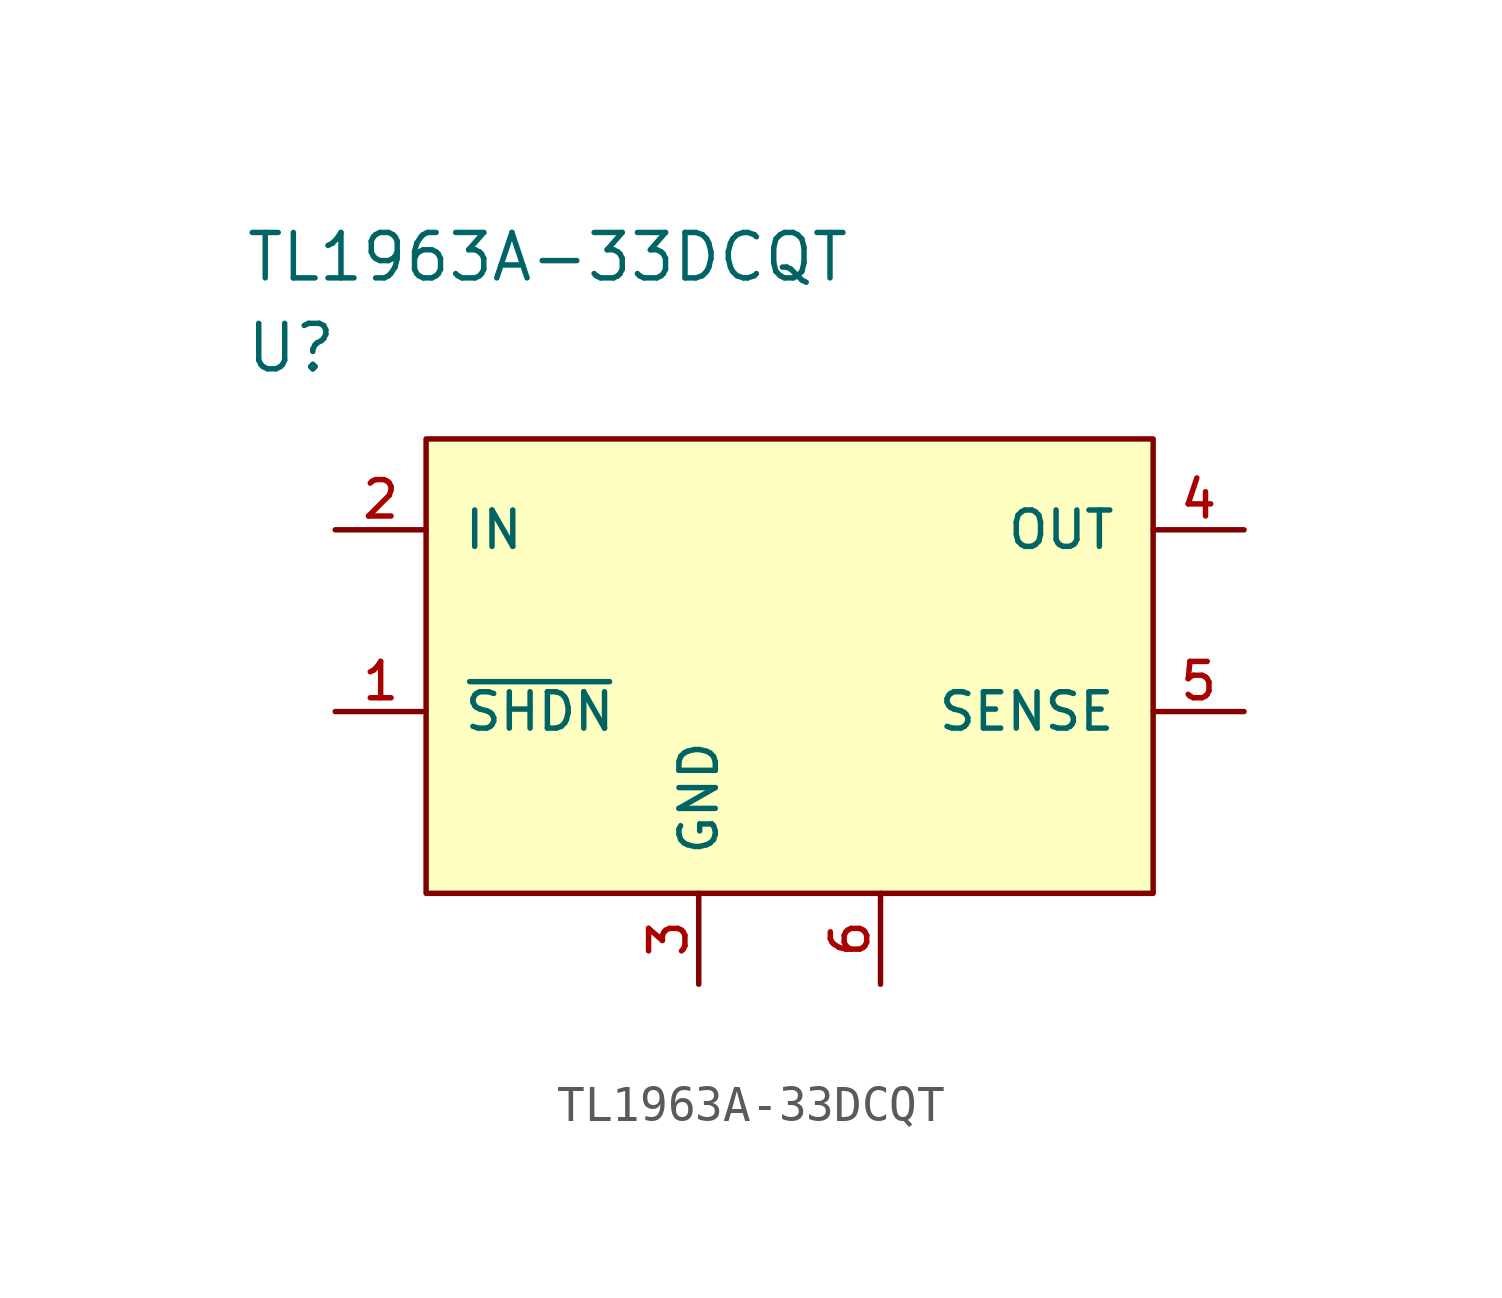
<source format=kicad_sym>
(kicad_symbol_lib
  (version 20220914)
  (generator kicad_symbol_editor)
  (symbol "TL1963A-33DCQT"
    (pin_names
      (offset 1.016))
    (property "Reference" "U"
      (at 0 5.08 0)
      (effects (font (size 1.27 1.27)) (justify left)))
    (property "Value" "TL1963A-33DCQT"
      (at 0 7.62 0)
      (effects (font (size 1.27 1.27)) (justify left)))
    (property "ki_locked" ""
      (at 0 0 0)
      (effects (font (size 1.27 1.27))))
    (symbol "TL1963A-33DCQT_1_1"
      (rectangle (start 5.08 2.54) (end 25.4 -10.16) (stroke (width 0) (type solid)) (fill (type background)))
      (pin input line (at 2.54 -5.08 0) (length 2.54) (name "~{SHDN}" (effects (font (size 1.016 1.016)))) (number "1" (effects (font (size 1.016 1.016)))))
      (pin power_in line (at 2.54 0 0) (length 2.54) (name "IN" (effects (font (size 1.016 1.016)))) (number "2" (effects (font (size 1.016 1.016)))))
      (pin power_in line (at 12.7 -12.7 90) (length 2.54) (name "GND" (effects (font (size 1.016 1.016)))) (number "3" (effects (font (size 1.016 1.016)))))
      (pin power_in line (at 27.94 0 180) (length 2.54) (name "OUT" (effects (font (size 1.016 1.016)))) (number "4" (effects (font (size 1.016 1.016)))))
      (pin input line (at 27.94 -5.08 180) (length 2.54) (name "SENSE" (effects (font (size 1.016 1.016)))) (number "5" (effects (font (size 1.016 1.016)))))
      (pin power_in line (at 17.78 -12.7 90) (length 2.54) (name "GND" (effects (font (size 0 0)))) (number "6" (effects (font (size 1.016 1.016))))))))
</source>
